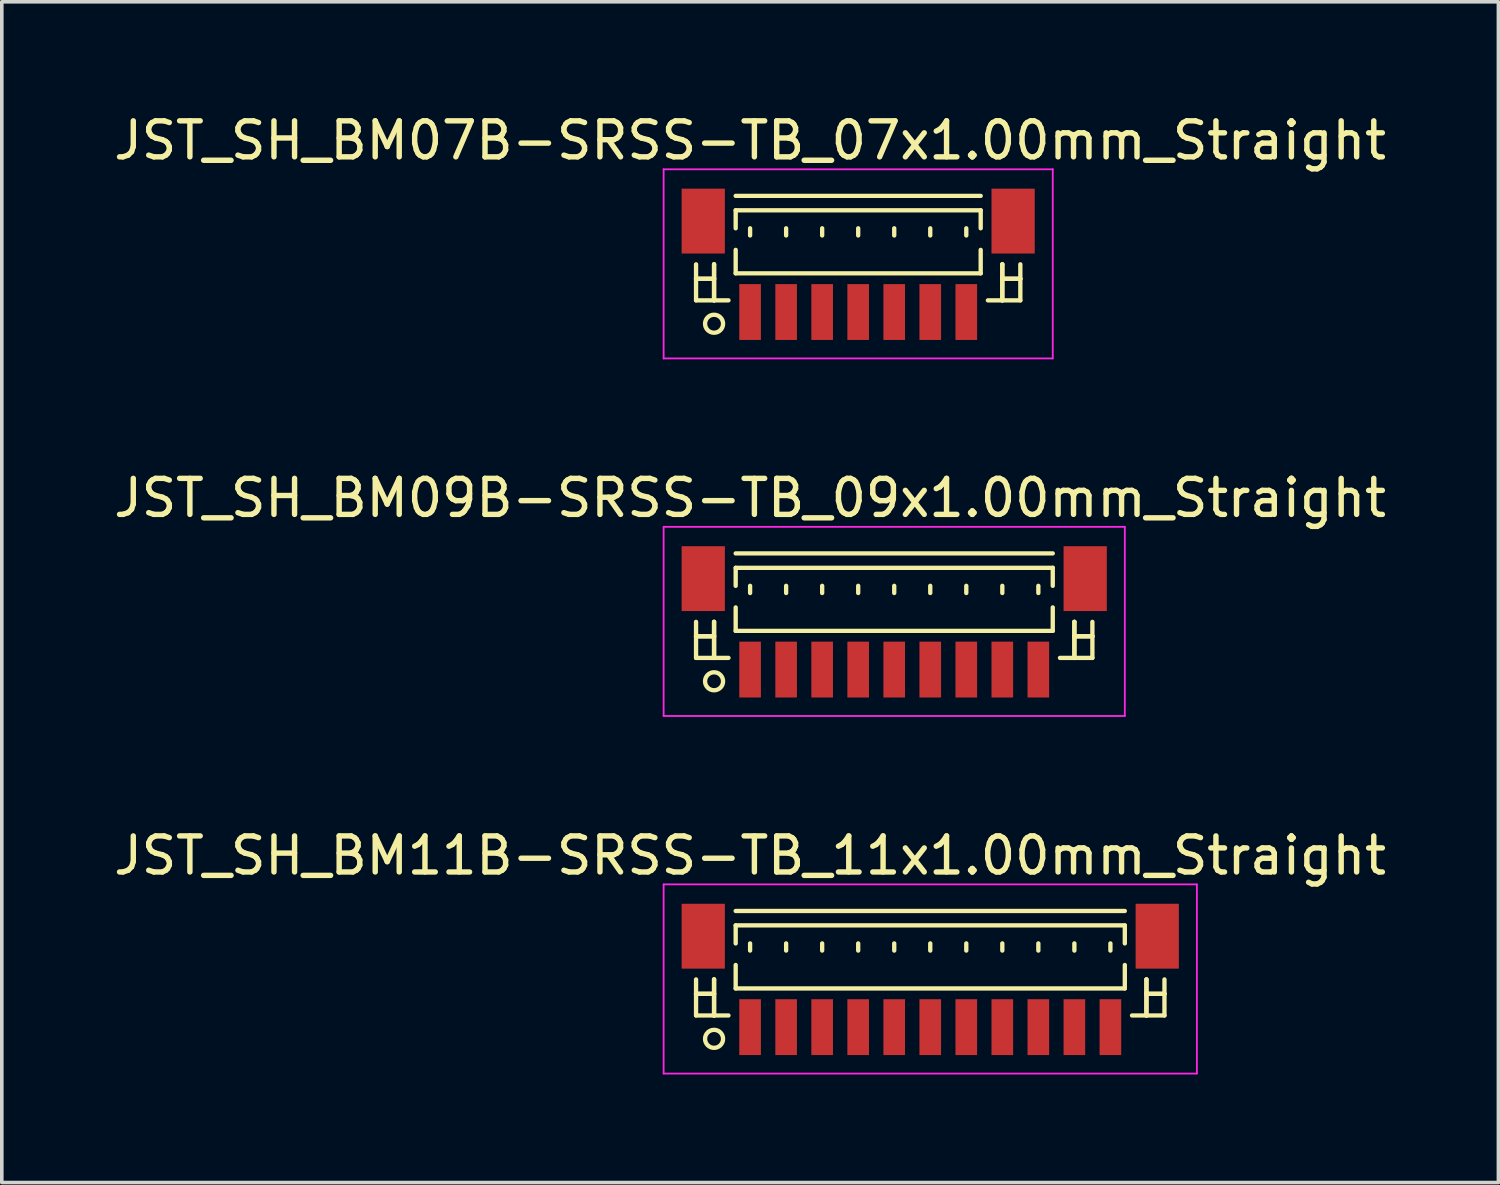
<source format=kicad_pcb>
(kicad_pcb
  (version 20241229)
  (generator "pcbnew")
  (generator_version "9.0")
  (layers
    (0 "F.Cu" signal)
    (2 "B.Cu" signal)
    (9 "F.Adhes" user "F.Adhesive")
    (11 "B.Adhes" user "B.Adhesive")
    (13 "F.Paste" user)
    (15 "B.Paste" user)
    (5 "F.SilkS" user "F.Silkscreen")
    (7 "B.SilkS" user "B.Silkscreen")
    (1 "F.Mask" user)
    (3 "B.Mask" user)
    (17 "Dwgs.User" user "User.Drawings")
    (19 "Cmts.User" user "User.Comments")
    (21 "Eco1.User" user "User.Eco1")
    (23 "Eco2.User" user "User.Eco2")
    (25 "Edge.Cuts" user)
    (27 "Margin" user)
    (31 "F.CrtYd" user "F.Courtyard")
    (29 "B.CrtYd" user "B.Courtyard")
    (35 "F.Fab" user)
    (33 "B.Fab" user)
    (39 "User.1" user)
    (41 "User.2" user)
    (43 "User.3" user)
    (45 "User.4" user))
  (footprint "JST_SH_BM09B-SRSS-TB_09x1.00mm_Straight"
    (layer "F.Cu")
    (at 21.768 14.271)
    (property "Reference" "JST_SH_BM09B-SRSS-TB_09x1.00mm_Straight" (at -4 -3.5 0) (layer "F.SilkS") (effects (font (size 1 1) (thickness 0.15))))
    (attr smd)
    (fp_line (start -5.5 -0.062) (end -5.5 0.938) (stroke (width 0.12) (type solid)) (layer "F.SilkS"))
    (fp_line (start -5.5 0.338) (end -5.5 0.338) (stroke (width 0.12) (type solid)) (layer "F.SilkS"))
    (fp_line (start -5.5 0.338) (end -5 0.338) (stroke (width 0.12) (type solid)) (layer "F.SilkS"))
    (fp_line (start -5.5 0.938) (end -4.6 0.938) (stroke (width 0.12) (type solid)) (layer "F.SilkS"))
    (fp_line (start -5 -0.062) (end -5 -0.062) (stroke (width 0.12) (type solid)) (layer "F.SilkS"))
    (fp_line (start -5 -0.062) (end -5 0.938) (stroke (width 0.12) (type solid)) (layer "F.SilkS"))
    (fp_line (start -5 0.338) (end -5.5 0.338) (stroke (width 0.12) (type solid)) (layer "F.SilkS"))
    (fp_line (start -5 0.338) (end -5 0.338) (stroke (width 0.12) (type solid)) (layer "F.SilkS"))
    (fp_line (start -5 0.938) (end -5 -0.062) (stroke (width 0.12) (type solid)) (layer "F.SilkS"))
    (fp_line (start -5 0.938) (end -5 0.938) (stroke (width 0.12) (type solid)) (layer "F.SilkS"))
    (fp_line (start -4.4 -1.962) (end 4.4 -1.962) (stroke (width 0.12) (type solid)) (layer "F.SilkS"))
    (fp_line (start -4.4 -1.562) (end 4.4 -1.562) (stroke (width 0.12) (type solid)) (layer "F.SilkS"))
    (fp_line (start -4.4 -1.062) (end -4.4 -1.562) (stroke (width 0.12) (type solid)) (layer "F.SilkS"))
    (fp_line (start -4.4 -0.463) (end -4.4 0.188) (stroke (width 0.12) (type solid)) (layer "F.SilkS"))
    (fp_line (start -4.4 0.188) (end 4.4 0.188) (stroke (width 0.12) (type solid)) (layer "F.SilkS"))
    (fp_line (start -4 -1.062) (end -4 -0.863) (stroke (width 0.12) (type solid)) (layer "F.SilkS"))
    (fp_line (start -3 -1.062) (end -3 -0.863) (stroke (width 0.12) (type solid)) (layer "F.SilkS"))
    (fp_line (start -2 -1.062) (end -2 -0.863) (stroke (width 0.12) (type solid)) (layer "F.SilkS"))
    (fp_line (start -1 -1.062) (end -1 -0.863) (stroke (width 0.12) (type solid)) (layer "F.SilkS"))
    (fp_line (start 0 -1.062) (end 0 -0.863) (stroke (width 0.12) (type solid)) (layer "F.SilkS"))
    (fp_line (start 1 -1.062) (end 1 -0.863) (stroke (width 0.12) (type solid)) (layer "F.SilkS"))
    (fp_line (start 2 -1.062) (end 2 -0.863) (stroke (width 0.12) (type solid)) (layer "F.SilkS"))
    (fp_line (start 3 -1.062) (end 3 -0.863) (stroke (width 0.12) (type solid)) (layer "F.SilkS"))
    (fp_line (start 4 -1.062) (end 4 -0.863) (stroke (width 0.12) (type solid)) (layer "F.SilkS"))
    (fp_line (start 4.4 -1.562) (end 4.4 -1.062) (stroke (width 0.12) (type solid)) (layer "F.SilkS"))
    (fp_line (start 4.4 0.188) (end 4.4 -0.463) (stroke (width 0.12) (type solid)) (layer "F.SilkS"))
    (fp_line (start 5 -0.062) (end 5 -0.062) (stroke (width 0.12) (type solid)) (layer "F.SilkS"))
    (fp_line (start 5 -0.062) (end 5 0.938) (stroke (width 0.12) (type solid)) (layer "F.SilkS"))
    (fp_line (start 5 0.338) (end 5 0.338) (stroke (width 0.12) (type solid)) (layer "F.SilkS"))
    (fp_line (start 5 0.338) (end 5.5 0.338) (stroke (width 0.12) (type solid)) (layer "F.SilkS"))
    (fp_line (start 5 0.938) (end 5 -0.062) (stroke (width 0.12) (type solid)) (layer "F.SilkS"))
    (fp_line (start 5 0.938) (end 5 0.938) (stroke (width 0.12) (type solid)) (layer "F.SilkS"))
    (fp_line (start 5.5 -0.062) (end 5.5 0.938) (stroke (width 0.12) (type solid)) (layer "F.SilkS"))
    (fp_line (start 5.5 0.338) (end 5 0.338) (stroke (width 0.12) (type solid)) (layer "F.SilkS"))
    (fp_line (start 5.5 0.338) (end 5.5 0.338) (stroke (width 0.12) (type solid)) (layer "F.SilkS"))
    (fp_line (start 5.5 0.938) (end 4.6 0.938) (stroke (width 0.12) (type solid)) (layer "F.SilkS"))
    (fp_circle (center -5 1.587) (end -4.75 1.587) (stroke (width 0.12) (type solid)) (fill no) (layer "F.SilkS"))
    (fp_line (start -6.4 -2.7) (end 6.4 -2.7) (stroke (width 0.05) (type solid)) (layer "F.CrtYd"))
    (fp_line (start -6.4 2.55) (end -6.4 -2.7) (stroke (width 0.05) (type solid)) (layer "F.CrtYd"))
    (fp_line (start 6.4 -2.7) (end 6.4 2.55) (stroke (width 0.05) (type solid)) (layer "F.CrtYd"))
    (fp_line (start 6.4 2.55) (end -6.4 2.55) (stroke (width 0.05) (type solid)) (layer "F.CrtYd"))
    (pad "" smd rect (at -5.3 -1.262) (size 1.2 1.8) (layers "F.Cu" "F.Mask" "F.Paste"))
    (pad "" smd rect (at 5.3 -1.262) (size 1.2 1.8) (layers "F.Cu" "F.Mask" "F.Paste"))
    (pad "1" smd rect (at -4 1.262) (size 0.6 1.55) (layers "F.Cu" "F.Mask" "F.Paste"))
    (pad "2" smd rect (at -3 1.262) (size 0.6 1.55) (layers "F.Cu" "F.Mask" "F.Paste"))
    (pad "3" smd rect (at -2 1.262) (size 0.6 1.55) (layers "F.Cu" "F.Mask" "F.Paste"))
    (pad "4" smd rect (at -1 1.262) (size 0.6 1.55) (layers "F.Cu" "F.Mask" "F.Paste"))
    (pad "5" smd rect (at 0 1.262) (size 0.6 1.55) (layers "F.Cu" "F.Mask" "F.Paste"))
    (pad "6" smd rect (at 1 1.262) (size 0.6 1.55) (layers "F.Cu" "F.Mask" "F.Paste"))
    (pad "7" smd rect (at 2 1.262) (size 0.6 1.55) (layers "F.Cu" "F.Mask" "F.Paste"))
    (pad "8" smd rect (at 3 1.262) (size 0.6 1.55) (layers "F.Cu" "F.Mask" "F.Paste"))
    (pad "9" smd rect (at 4 1.262) (size 0.6 1.55) (layers "F.Cu" "F.Mask" "F.Paste")))
  (footprint "JST_SH_BM07B-SRSS-TB_07x1.00mm_Straight"
    (layer "F.Cu")
    (at 20.768 4.348)
    (property "Reference" "JST_SH_BM07B-SRSS-TB_07x1.00mm_Straight" (at -3 -3.5 0) (layer "F.SilkS") (effects (font (size 1 1) (thickness 0.15))))
    (attr smd)
    (fp_line (start -4.5 -0.062) (end -4.5 0.938) (stroke (width 0.12) (type solid)) (layer "F.SilkS"))
    (fp_line (start -4.5 0.338) (end -4.5 0.338) (stroke (width 0.12) (type solid)) (layer "F.SilkS"))
    (fp_line (start -4.5 0.338) (end -4 0.338) (stroke (width 0.12) (type solid)) (layer "F.SilkS"))
    (fp_line (start -4.5 0.938) (end -3.6 0.938) (stroke (width 0.12) (type solid)) (layer "F.SilkS"))
    (fp_line (start -4 -0.062) (end -4 -0.062) (stroke (width 0.12) (type solid)) (layer "F.SilkS"))
    (fp_line (start -4 -0.062) (end -4 0.938) (stroke (width 0.12) (type solid)) (layer "F.SilkS"))
    (fp_line (start -4 0.338) (end -4.5 0.338) (stroke (width 0.12) (type solid)) (layer "F.SilkS"))
    (fp_line (start -4 0.338) (end -4 0.338) (stroke (width 0.12) (type solid)) (layer "F.SilkS"))
    (fp_line (start -4 0.938) (end -4 -0.062) (stroke (width 0.12) (type solid)) (layer "F.SilkS"))
    (fp_line (start -4 0.938) (end -4 0.938) (stroke (width 0.12) (type solid)) (layer "F.SilkS"))
    (fp_line (start -3.4 -1.962) (end 3.4 -1.962) (stroke (width 0.12) (type solid)) (layer "F.SilkS"))
    (fp_line (start -3.4 -1.562) (end 3.4 -1.562) (stroke (width 0.12) (type solid)) (layer "F.SilkS"))
    (fp_line (start -3.4 -1.062) (end -3.4 -1.562) (stroke (width 0.12) (type solid)) (layer "F.SilkS"))
    (fp_line (start -3.4 -0.463) (end -3.4 0.188) (stroke (width 0.12) (type solid)) (layer "F.SilkS"))
    (fp_line (start -3.4 0.188) (end 3.4 0.188) (stroke (width 0.12) (type solid)) (layer "F.SilkS"))
    (fp_line (start -3 -1.062) (end -3 -0.863) (stroke (width 0.12) (type solid)) (layer "F.SilkS"))
    (fp_line (start -2 -1.062) (end -2 -0.863) (stroke (width 0.12) (type solid)) (layer "F.SilkS"))
    (fp_line (start -1 -1.062) (end -1 -0.863) (stroke (width 0.12) (type solid)) (layer "F.SilkS"))
    (fp_line (start 0 -1.062) (end 0 -0.863) (stroke (width 0.12) (type solid)) (layer "F.SilkS"))
    (fp_line (start 1 -1.062) (end 1 -0.863) (stroke (width 0.12) (type solid)) (layer "F.SilkS"))
    (fp_line (start 2 -1.062) (end 2 -0.863) (stroke (width 0.12) (type solid)) (layer "F.SilkS"))
    (fp_line (start 3 -1.062) (end 3 -0.863) (stroke (width 0.12) (type solid)) (layer "F.SilkS"))
    (fp_line (start 3.4 -1.562) (end 3.4 -1.062) (stroke (width 0.12) (type solid)) (layer "F.SilkS"))
    (fp_line (start 3.4 0.188) (end 3.4 -0.463) (stroke (width 0.12) (type solid)) (layer "F.SilkS"))
    (fp_line (start 4 -0.062) (end 4 -0.062) (stroke (width 0.12) (type solid)) (layer "F.SilkS"))
    (fp_line (start 4 -0.062) (end 4 0.938) (stroke (width 0.12) (type solid)) (layer "F.SilkS"))
    (fp_line (start 4 0.338) (end 4 0.338) (stroke (width 0.12) (type solid)) (layer "F.SilkS"))
    (fp_line (start 4 0.338) (end 4.5 0.338) (stroke (width 0.12) (type solid)) (layer "F.SilkS"))
    (fp_line (start 4 0.938) (end 4 -0.062) (stroke (width 0.12) (type solid)) (layer "F.SilkS"))
    (fp_line (start 4 0.938) (end 4 0.938) (stroke (width 0.12) (type solid)) (layer "F.SilkS"))
    (fp_line (start 4.5 -0.062) (end 4.5 0.938) (stroke (width 0.12) (type solid)) (layer "F.SilkS"))
    (fp_line (start 4.5 0.338) (end 4 0.338) (stroke (width 0.12) (type solid)) (layer "F.SilkS"))
    (fp_line (start 4.5 0.338) (end 4.5 0.338) (stroke (width 0.12) (type solid)) (layer "F.SilkS"))
    (fp_line (start 4.5 0.938) (end 3.6 0.938) (stroke (width 0.12) (type solid)) (layer "F.SilkS"))
    (fp_circle (center -4 1.587) (end -3.75 1.587) (stroke (width 0.12) (type solid)) (fill no) (layer "F.SilkS"))
    (fp_line (start -5.4 -2.7) (end 5.4 -2.7) (stroke (width 0.05) (type solid)) (layer "F.CrtYd"))
    (fp_line (start -5.4 2.55) (end -5.4 -2.7) (stroke (width 0.05) (type solid)) (layer "F.CrtYd"))
    (fp_line (start 5.4 -2.7) (end 5.4 2.55) (stroke (width 0.05) (type solid)) (layer "F.CrtYd"))
    (fp_line (start 5.4 2.55) (end -5.4 2.55) (stroke (width 0.05) (type solid)) (layer "F.CrtYd"))
    (pad "" smd rect (at -4.3 -1.262) (size 1.2 1.8) (layers "F.Cu" "F.Mask" "F.Paste"))
    (pad "" smd rect (at 4.3 -1.262) (size 1.2 1.8) (layers "F.Cu" "F.Mask" "F.Paste"))
    (pad "1" smd rect (at -3 1.262) (size 0.6 1.55) (layers "F.Cu" "F.Mask" "F.Paste"))
    (pad "2" smd rect (at -2 1.262) (size 0.6 1.55) (layers "F.Cu" "F.Mask" "F.Paste"))
    (pad "3" smd rect (at -1 1.262) (size 0.6 1.55) (layers "F.Cu" "F.Mask" "F.Paste"))
    (pad "4" smd rect (at 0 1.262) (size 0.6 1.55) (layers "F.Cu" "F.Mask" "F.Paste"))
    (pad "5" smd rect (at 1 1.262) (size 0.6 1.55) (layers "F.Cu" "F.Mask" "F.Paste"))
    (pad "6" smd rect (at 2 1.262) (size 0.6 1.55) (layers "F.Cu" "F.Mask" "F.Paste"))
    (pad "7" smd rect (at 3 1.262) (size 0.6 1.55) (layers "F.Cu" "F.Mask" "F.Paste")))
  (footprint "JST_SH_BM11B-SRSS-TB_11x1.00mm_Straight"
    (layer "F.Cu")
    (at 22.768 24.195)
    (property "Reference" "JST_SH_BM11B-SRSS-TB_11x1.00mm_Straight" (at -5 -3.5 0) (layer "F.SilkS") (effects (font (size 1 1) (thickness 0.15))))
    (attr smd)
    (fp_line (start -6.5 -0.062) (end -6.5 0.938) (stroke (width 0.12) (type solid)) (layer "F.SilkS"))
    (fp_line (start -6.5 0.338) (end -6.5 0.338) (stroke (width 0.12) (type solid)) (layer "F.SilkS"))
    (fp_line (start -6.5 0.338) (end -6 0.338) (stroke (width 0.12) (type solid)) (layer "F.SilkS"))
    (fp_line (start -6.5 0.938) (end -5.6 0.938) (stroke (width 0.12) (type solid)) (layer "F.SilkS"))
    (fp_line (start -6 -0.062) (end -6 -0.062) (stroke (width 0.12) (type solid)) (layer "F.SilkS"))
    (fp_line (start -6 -0.062) (end -6 0.938) (stroke (width 0.12) (type solid)) (layer "F.SilkS"))
    (fp_line (start -6 0.338) (end -6.5 0.338) (stroke (width 0.12) (type solid)) (layer "F.SilkS"))
    (fp_line (start -6 0.338) (end -6 0.338) (stroke (width 0.12) (type solid)) (layer "F.SilkS"))
    (fp_line (start -6 0.938) (end -6 -0.062) (stroke (width 0.12) (type solid)) (layer "F.SilkS"))
    (fp_line (start -6 0.938) (end -6 0.938) (stroke (width 0.12) (type solid)) (layer "F.SilkS"))
    (fp_line (start -5.4 -1.962) (end 5.4 -1.962) (stroke (width 0.12) (type solid)) (layer "F.SilkS"))
    (fp_line (start -5.4 -1.562) (end 5.4 -1.562) (stroke (width 0.12) (type solid)) (layer "F.SilkS"))
    (fp_line (start -5.4 -1.062) (end -5.4 -1.562) (stroke (width 0.12) (type solid)) (layer "F.SilkS"))
    (fp_line (start -5.4 -0.463) (end -5.4 0.188) (stroke (width 0.12) (type solid)) (layer "F.SilkS"))
    (fp_line (start -5.4 0.188) (end 5.4 0.188) (stroke (width 0.12) (type solid)) (layer "F.SilkS"))
    (fp_line (start -5 -1.062) (end -5 -0.863) (stroke (width 0.12) (type solid)) (layer "F.SilkS"))
    (fp_line (start -4 -1.062) (end -4 -0.863) (stroke (width 0.12) (type solid)) (layer "F.SilkS"))
    (fp_line (start -3 -1.062) (end -3 -0.863) (stroke (width 0.12) (type solid)) (layer "F.SilkS"))
    (fp_line (start -2 -1.062) (end -2 -0.863) (stroke (width 0.12) (type solid)) (layer "F.SilkS"))
    (fp_line (start -1 -1.062) (end -1 -0.863) (stroke (width 0.12) (type solid)) (layer "F.SilkS"))
    (fp_line (start 0 -1.062) (end 0 -0.863) (stroke (width 0.12) (type solid)) (layer "F.SilkS"))
    (fp_line (start 1 -1.062) (end 1 -0.863) (stroke (width 0.12) (type solid)) (layer "F.SilkS"))
    (fp_line (start 2 -1.062) (end 2 -0.863) (stroke (width 0.12) (type solid)) (layer "F.SilkS"))
    (fp_line (start 3 -1.062) (end 3 -0.863) (stroke (width 0.12) (type solid)) (layer "F.SilkS"))
    (fp_line (start 4 -1.062) (end 4 -0.863) (stroke (width 0.12) (type solid)) (layer "F.SilkS"))
    (fp_line (start 5 -1.062) (end 5 -0.863) (stroke (width 0.12) (type solid)) (layer "F.SilkS"))
    (fp_line (start 5.4 -1.562) (end 5.4 -1.062) (stroke (width 0.12) (type solid)) (layer "F.SilkS"))
    (fp_line (start 5.4 0.188) (end 5.4 -0.463) (stroke (width 0.12) (type solid)) (layer "F.SilkS"))
    (fp_line (start 6 -0.062) (end 6 -0.062) (stroke (width 0.12) (type solid)) (layer "F.SilkS"))
    (fp_line (start 6 -0.062) (end 6 0.938) (stroke (width 0.12) (type solid)) (layer "F.SilkS"))
    (fp_line (start 6 0.338) (end 6 0.338) (stroke (width 0.12) (type solid)) (layer "F.SilkS"))
    (fp_line (start 6 0.338) (end 6.5 0.338) (stroke (width 0.12) (type solid)) (layer "F.SilkS"))
    (fp_line (start 6 0.938) (end 6 -0.062) (stroke (width 0.12) (type solid)) (layer "F.SilkS"))
    (fp_line (start 6 0.938) (end 6 0.938) (stroke (width 0.12) (type solid)) (layer "F.SilkS"))
    (fp_line (start 6.5 -0.062) (end 6.5 0.938) (stroke (width 0.12) (type solid)) (layer "F.SilkS"))
    (fp_line (start 6.5 0.338) (end 6 0.338) (stroke (width 0.12) (type solid)) (layer "F.SilkS"))
    (fp_line (start 6.5 0.338) (end 6.5 0.338) (stroke (width 0.12) (type solid)) (layer "F.SilkS"))
    (fp_line (start 6.5 0.938) (end 5.6 0.938) (stroke (width 0.12) (type solid)) (layer "F.SilkS"))
    (fp_circle (center -6 1.587) (end -5.75 1.587) (stroke (width 0.12) (type solid)) (fill no) (layer "F.SilkS"))
    (fp_line (start -7.4 -2.7) (end 7.4 -2.7) (stroke (width 0.05) (type solid)) (layer "F.CrtYd"))
    (fp_line (start -7.4 2.55) (end -7.4 -2.7) (stroke (width 0.05) (type solid)) (layer "F.CrtYd"))
    (fp_line (start 7.4 -2.7) (end 7.4 2.55) (stroke (width 0.05) (type solid)) (layer "F.CrtYd"))
    (fp_line (start 7.4 2.55) (end -7.4 2.55) (stroke (width 0.05) (type solid)) (layer "F.CrtYd"))
    (pad "" smd rect (at -6.3 -1.262) (size 1.2 1.8) (layers "F.Cu" "F.Mask" "F.Paste"))
    (pad "" smd rect (at 6.3 -1.262) (size 1.2 1.8) (layers "F.Cu" "F.Mask" "F.Paste"))
    (pad "1" smd rect (at -5 1.262) (size 0.6 1.55) (layers "F.Cu" "F.Mask" "F.Paste"))
    (pad "2" smd rect (at -4 1.262) (size 0.6 1.55) (layers "F.Cu" "F.Mask" "F.Paste"))
    (pad "3" smd rect (at -3 1.262) (size 0.6 1.55) (layers "F.Cu" "F.Mask" "F.Paste"))
    (pad "4" smd rect (at -2 1.262) (size 0.6 1.55) (layers "F.Cu" "F.Mask" "F.Paste"))
    (pad "5" smd rect (at -1 1.262) (size 0.6 1.55) (layers "F.Cu" "F.Mask" "F.Paste"))
    (pad "6" smd rect (at 0 1.262) (size 0.6 1.55) (layers "F.Cu" "F.Mask" "F.Paste"))
    (pad "7" smd rect (at 1 1.262) (size 0.6 1.55) (layers "F.Cu" "F.Mask" "F.Paste"))
    (pad "8" smd rect (at 2 1.262) (size 0.6 1.55) (layers "F.Cu" "F.Mask" "F.Paste"))
    (pad "9" smd rect (at 3 1.262) (size 0.6 1.55) (layers "F.Cu" "F.Mask" "F.Paste"))
    (pad "10" smd rect (at 4 1.262) (size 0.6 1.55) (layers "F.Cu" "F.Mask" "F.Paste"))
    (pad "11" smd rect (at 5 1.262) (size 0.6 1.55) (layers "F.Cu" "F.Mask" "F.Paste")))
  (gr_rect
    (start -3 -3)
    (end 38.536 29.77)
    (stroke (width 0.1) (type default))
    (fill no)
    (layer "Edge.Cuts")))
</source>
